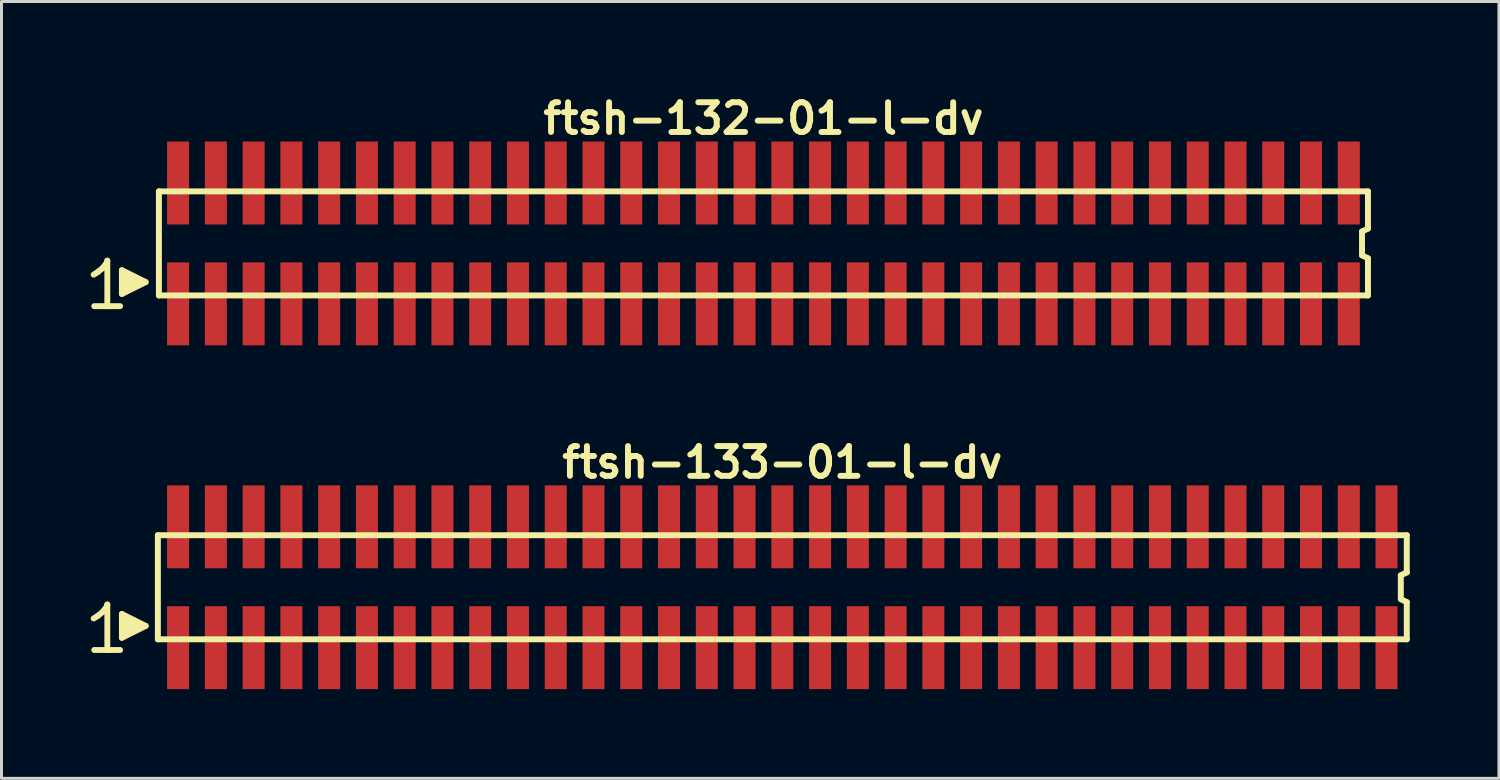
<source format=kicad_pcb>
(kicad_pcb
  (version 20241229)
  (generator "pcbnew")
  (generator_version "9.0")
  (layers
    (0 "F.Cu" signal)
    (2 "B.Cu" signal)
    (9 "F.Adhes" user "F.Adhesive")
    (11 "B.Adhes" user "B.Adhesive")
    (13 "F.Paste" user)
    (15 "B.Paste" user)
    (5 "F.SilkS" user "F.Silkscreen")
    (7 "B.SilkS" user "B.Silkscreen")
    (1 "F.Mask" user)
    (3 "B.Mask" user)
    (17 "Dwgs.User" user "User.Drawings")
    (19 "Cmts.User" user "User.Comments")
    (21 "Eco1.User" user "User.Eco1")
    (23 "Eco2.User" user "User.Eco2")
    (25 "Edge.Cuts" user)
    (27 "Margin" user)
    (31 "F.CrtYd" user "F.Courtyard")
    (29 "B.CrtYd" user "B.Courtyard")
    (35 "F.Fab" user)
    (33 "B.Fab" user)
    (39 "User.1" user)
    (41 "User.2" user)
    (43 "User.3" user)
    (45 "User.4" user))
  (footprint "ftsh-133-01-l-dv"
    (layer "F.Cu")
    (at 23.259 16.699)
    (property "Reference" "ftsh-133-01-l-dv" (at 0 -4.2 0) (layer "F.SilkS") (effects (font (size 1 1) (thickness 0.2))))
    (attr smd)
    (fp_line (start -23.16 1.05) (end -23.03 0.97) (stroke (width 0.198) (type solid)) (layer "F.SilkS"))
    (fp_line (start -23.03 0.97) (end -22.87 0.84) (stroke (width 0.198) (type solid)) (layer "F.SilkS"))
    (fp_line (start -22.87 0.84) (end -22.73 0.67) (stroke (width 0.198) (type solid)) (layer "F.SilkS"))
    (fp_line (start -22.73 0.67) (end -22.7 0.58) (stroke (width 0.198) (type solid)) (layer "F.SilkS"))
    (fp_line (start -22.7 0.58) (end -22.7 2.11) (stroke (width 0.198) (type solid)) (layer "F.SilkS"))
    (fp_line (start -22.7 2.11) (end -23.14 2.11) (stroke (width 0.198) (type solid)) (layer "F.SilkS"))
    (fp_line (start -22.27 2.11) (end -22.71 2.11) (stroke (width 0.198) (type solid)) (layer "F.SilkS"))
    (fp_line (start -22.21 0.9) (end -21.41 1.3) (stroke (width 0.198) (type solid)) (layer "F.SilkS"))
    (fp_line (start -22.21 1.7) (end -22.21 0.9) (stroke (width 0.198) (type solid)) (layer "F.SilkS"))
    (fp_line (start -22.11 1.6) (end -22.11 1) (stroke (width 0.198) (type solid)) (layer "F.SilkS"))
    (fp_line (start -22.01 1.1) (end -22.01 1.5) (stroke (width 0.198) (type solid)) (layer "F.SilkS"))
    (fp_line (start -21.91 1.5) (end -21.91 1.1) (stroke (width 0.198) (type solid)) (layer "F.SilkS"))
    (fp_line (start -21.81 1.2) (end -21.81 1.4) (stroke (width 0.198) (type solid)) (layer "F.SilkS"))
    (fp_line (start -21.71 1.4) (end -21.71 1.2) (stroke (width 0.198) (type solid)) (layer "F.SilkS"))
    (fp_line (start -21.41 1.3) (end -22.21 1.7) (stroke (width 0.198) (type solid)) (layer "F.SilkS"))
    (fp_line (start -21 -1.75) (end -21 1.75) (stroke (width 0.2) (type solid)) (layer "F.SilkS"))
    (fp_line (start -21 -1.75) (end 21 -1.75) (stroke (width 0.2) (type solid)) (layer "F.SilkS"))
    (fp_line (start -21 1.75) (end 21 1.75) (stroke (width 0.2) (type solid)) (layer "F.SilkS"))
    (fp_line (start 20.8 -0.4) (end 20.8 0.4) (stroke (width 0.2) (type solid)) (layer "F.SilkS"))
    (fp_line (start 20.8 0.4) (end 21 0.5) (stroke (width 0.2) (type solid)) (layer "F.SilkS"))
    (fp_line (start 21 -0.5) (end 20.8 -0.4) (stroke (width 0.2) (type solid)) (layer "F.SilkS"))
    (fp_line (start 21 -0.5) (end 21 -1.75) (stroke (width 0.2) (type solid)) (layer "F.SilkS"))
    (fp_line (start 21 0.5) (end 21 1.75) (stroke (width 0.2) (type solid)) (layer "F.SilkS"))
    (pad "1" smd rect (at -20.32 2.032) (size 0.74 2.79) (layers "F.Cu" "F.Mask" "F.Paste"))
    (pad "2" smd rect (at -20.32 -2.032) (size 0.74 2.79) (layers "F.Cu" "F.Mask" "F.Paste"))
    (pad "3" smd rect (at -19.05 2.032) (size 0.74 2.79) (layers "F.Cu" "F.Mask" "F.Paste"))
    (pad "4" smd rect (at -19.05 -2.032) (size 0.74 2.79) (layers "F.Cu" "F.Mask" "F.Paste"))
    (pad "5" smd rect (at -17.78 2.032) (size 0.74 2.79) (layers "F.Cu" "F.Mask" "F.Paste"))
    (pad "6" smd rect (at -17.78 -2.032) (size 0.74 2.79) (layers "F.Cu" "F.Mask" "F.Paste"))
    (pad "7" smd rect (at -16.51 2.032) (size 0.74 2.79) (layers "F.Cu" "F.Mask" "F.Paste"))
    (pad "8" smd rect (at -16.51 -2.032) (size 0.74 2.79) (layers "F.Cu" "F.Mask" "F.Paste"))
    (pad "9" smd rect (at -15.24 2.032) (size 0.74 2.79) (layers "F.Cu" "F.Mask" "F.Paste"))
    (pad "10" smd rect (at -15.24 -2.032) (size 0.74 2.79) (layers "F.Cu" "F.Mask" "F.Paste"))
    (pad "11" smd rect (at -13.97 2.032) (size 0.74 2.79) (layers "F.Cu" "F.Mask" "F.Paste"))
    (pad "12" smd rect (at -13.97 -2.032) (size 0.74 2.79) (layers "F.Cu" "F.Mask" "F.Paste"))
    (pad "13" smd rect (at -12.7 2.032) (size 0.74 2.79) (layers "F.Cu" "F.Mask" "F.Paste"))
    (pad "14" smd rect (at -12.7 -2.032) (size 0.74 2.79) (layers "F.Cu" "F.Mask" "F.Paste"))
    (pad "15" smd rect (at -11.43 2.032) (size 0.74 2.79) (layers "F.Cu" "F.Mask" "F.Paste"))
    (pad "16" smd rect (at -11.43 -2.032) (size 0.74 2.79) (layers "F.Cu" "F.Mask" "F.Paste"))
    (pad "17" smd rect (at -10.16 2.032) (size 0.74 2.79) (layers "F.Cu" "F.Mask" "F.Paste"))
    (pad "18" smd rect (at -10.16 -2.032) (size 0.74 2.79) (layers "F.Cu" "F.Mask" "F.Paste"))
    (pad "19" smd rect (at -8.89 2.032) (size 0.74 2.79) (layers "F.Cu" "F.Mask" "F.Paste"))
    (pad "20" smd rect (at -8.89 -2.032) (size 0.74 2.79) (layers "F.Cu" "F.Mask" "F.Paste"))
    (pad "21" smd rect (at -7.62 2.032) (size 0.74 2.79) (layers "F.Cu" "F.Mask" "F.Paste"))
    (pad "22" smd rect (at -7.62 -2.032) (size 0.74 2.79) (layers "F.Cu" "F.Mask" "F.Paste"))
    (pad "23" smd rect (at -6.35 2.032) (size 0.74 2.79) (layers "F.Cu" "F.Mask" "F.Paste"))
    (pad "24" smd rect (at -6.35 -2.032) (size 0.74 2.79) (layers "F.Cu" "F.Mask" "F.Paste"))
    (pad "25" smd rect (at -5.08 2.032) (size 0.74 2.79) (layers "F.Cu" "F.Mask" "F.Paste"))
    (pad "26" smd rect (at -5.08 -2.032) (size 0.74 2.79) (layers "F.Cu" "F.Mask" "F.Paste"))
    (pad "27" smd rect (at -3.81 2.032) (size 0.74 2.79) (layers "F.Cu" "F.Mask" "F.Paste"))
    (pad "28" smd rect (at -3.81 -2.032) (size 0.74 2.79) (layers "F.Cu" "F.Mask" "F.Paste"))
    (pad "29" smd rect (at -2.54 2.032) (size 0.74 2.79) (layers "F.Cu" "F.Mask" "F.Paste"))
    (pad "30" smd rect (at -2.54 -2.032) (size 0.74 2.79) (layers "F.Cu" "F.Mask" "F.Paste"))
    (pad "31" smd rect (at -1.27 2.032) (size 0.74 2.79) (layers "F.Cu" "F.Mask" "F.Paste"))
    (pad "32" smd rect (at -1.27 -2.032) (size 0.74 2.79) (layers "F.Cu" "F.Mask" "F.Paste"))
    (pad "33" smd rect (at 0 2.032) (size 0.74 2.79) (layers "F.Cu" "F.Mask" "F.Paste"))
    (pad "34" smd rect (at 0 -2.032) (size 0.74 2.79) (layers "F.Cu" "F.Mask" "F.Paste"))
    (pad "35" smd rect (at 1.27 2.032) (size 0.74 2.79) (layers "F.Cu" "F.Mask" "F.Paste"))
    (pad "36" smd rect (at 1.27 -2.032) (size 0.74 2.79) (layers "F.Cu" "F.Mask" "F.Paste"))
    (pad "37" smd rect (at 2.54 2.032) (size 0.74 2.79) (layers "F.Cu" "F.Mask" "F.Paste"))
    (pad "38" smd rect (at 2.54 -2.032) (size 0.74 2.79) (layers "F.Cu" "F.Mask" "F.Paste"))
    (pad "39" smd rect (at 3.81 2.032) (size 0.74 2.79) (layers "F.Cu" "F.Mask" "F.Paste"))
    (pad "40" smd rect (at 3.81 -2.032) (size 0.74 2.79) (layers "F.Cu" "F.Mask" "F.Paste"))
    (pad "41" smd rect (at 5.08 2.032) (size 0.74 2.79) (layers "F.Cu" "F.Mask" "F.Paste"))
    (pad "42" smd rect (at 5.08 -2.032) (size 0.74 2.79) (layers "F.Cu" "F.Mask" "F.Paste"))
    (pad "43" smd rect (at 6.35 2.032) (size 0.74 2.79) (layers "F.Cu" "F.Mask" "F.Paste"))
    (pad "44" smd rect (at 6.35 -2.032) (size 0.74 2.79) (layers "F.Cu" "F.Mask" "F.Paste"))
    (pad "45" smd rect (at 7.62 2.032) (size 0.74 2.79) (layers "F.Cu" "F.Mask" "F.Paste"))
    (pad "46" smd rect (at 7.62 -2.032) (size 0.74 2.79) (layers "F.Cu" "F.Mask" "F.Paste"))
    (pad "47" smd rect (at 8.89 2.032) (size 0.74 2.79) (layers "F.Cu" "F.Mask" "F.Paste"))
    (pad "48" smd rect (at 8.89 -2.032) (size 0.74 2.79) (layers "F.Cu" "F.Mask" "F.Paste"))
    (pad "49" smd rect (at 10.16 2.032) (size 0.74 2.79) (layers "F.Cu" "F.Mask" "F.Paste"))
    (pad "50" smd rect (at 10.16 -2.032) (size 0.74 2.79) (layers "F.Cu" "F.Mask" "F.Paste"))
    (pad "51" smd rect (at 11.43 2.032) (size 0.74 2.79) (layers "F.Cu" "F.Mask" "F.Paste"))
    (pad "52" smd rect (at 11.43 -2.032) (size 0.74 2.79) (layers "F.Cu" "F.Mask" "F.Paste"))
    (pad "53" smd rect (at 12.7 2.032) (size 0.74 2.79) (layers "F.Cu" "F.Mask" "F.Paste"))
    (pad "54" smd rect (at 12.7 -2.032) (size 0.74 2.79) (layers "F.Cu" "F.Mask" "F.Paste"))
    (pad "55" smd rect (at 13.97 2.032) (size 0.74 2.79) (layers "F.Cu" "F.Mask" "F.Paste"))
    (pad "56" smd rect (at 13.97 -2.032) (size 0.74 2.79) (layers "F.Cu" "F.Mask" "F.Paste"))
    (pad "57" smd rect (at 15.24 2.032) (size 0.74 2.79) (layers "F.Cu" "F.Mask" "F.Paste"))
    (pad "58" smd rect (at 15.24 -2.032) (size 0.74 2.79) (layers "F.Cu" "F.Mask" "F.Paste"))
    (pad "59" smd rect (at 16.51 2.032) (size 0.74 2.79) (layers "F.Cu" "F.Mask" "F.Paste"))
    (pad "60" smd rect (at 16.51 -2.032) (size 0.74 2.79) (layers "F.Cu" "F.Mask" "F.Paste"))
    (pad "61" smd rect (at 17.78 2.032) (size 0.74 2.79) (layers "F.Cu" "F.Mask" "F.Paste"))
    (pad "62" smd rect (at 17.78 -2.032) (size 0.74 2.79) (layers "F.Cu" "F.Mask" "F.Paste"))
    (pad "63" smd rect (at 19.05 2.032) (size 0.74 2.79) (layers "F.Cu" "F.Mask" "F.Paste"))
    (pad "64" smd rect (at 19.05 -2.032) (size 0.74 2.79) (layers "F.Cu" "F.Mask" "F.Paste"))
    (pad "65" smd rect (at 20.32 2.032) (size 0.74 2.79) (layers "F.Cu" "F.Mask" "F.Paste"))
    (pad "66" smd rect (at 20.32 -2.032) (size 0.74 2.79) (layers "F.Cu" "F.Mask" "F.Paste")))
  (footprint "ftsh-132-01-l-dv"
    (layer "F.Cu")
    (at 22.624 5.136)
    (property "Reference" "ftsh-132-01-l-dv" (at 0 -4.2 0) (layer "F.SilkS") (effects (font (size 1 1) (thickness 0.2))))
    (attr smd)
    (fp_line (start -22.525 1.05) (end -22.395 0.97) (stroke (width 0.198) (type solid)) (layer "F.SilkS"))
    (fp_line (start -22.395 0.97) (end -22.235 0.84) (stroke (width 0.198) (type solid)) (layer "F.SilkS"))
    (fp_line (start -22.235 0.84) (end -22.095 0.67) (stroke (width 0.198) (type solid)) (layer "F.SilkS"))
    (fp_line (start -22.095 0.67) (end -22.065 0.58) (stroke (width 0.198) (type solid)) (layer "F.SilkS"))
    (fp_line (start -22.065 0.58) (end -22.065 2.11) (stroke (width 0.198) (type solid)) (layer "F.SilkS"))
    (fp_line (start -22.065 2.11) (end -22.505 2.11) (stroke (width 0.198) (type solid)) (layer "F.SilkS"))
    (fp_line (start -21.635 2.11) (end -22.075 2.11) (stroke (width 0.198) (type solid)) (layer "F.SilkS"))
    (fp_line (start -21.575 0.9) (end -20.775 1.3) (stroke (width 0.198) (type solid)) (layer "F.SilkS"))
    (fp_line (start -21.575 1.7) (end -21.575 0.9) (stroke (width 0.198) (type solid)) (layer "F.SilkS"))
    (fp_line (start -21.475 1.6) (end -21.475 1) (stroke (width 0.198) (type solid)) (layer "F.SilkS"))
    (fp_line (start -21.375 1.1) (end -21.375 1.5) (stroke (width 0.198) (type solid)) (layer "F.SilkS"))
    (fp_line (start -21.275 1.5) (end -21.275 1.1) (stroke (width 0.198) (type solid)) (layer "F.SilkS"))
    (fp_line (start -21.175 1.2) (end -21.175 1.4) (stroke (width 0.198) (type solid)) (layer "F.SilkS"))
    (fp_line (start -21.075 1.4) (end -21.075 1.2) (stroke (width 0.198) (type solid)) (layer "F.SilkS"))
    (fp_line (start -20.775 1.3) (end -21.575 1.7) (stroke (width 0.198) (type solid)) (layer "F.SilkS"))
    (fp_line (start -20.33 -1.75) (end -20.33 1.75) (stroke (width 0.2) (type solid)) (layer "F.SilkS"))
    (fp_line (start -20.33 -1.75) (end 20.33 -1.75) (stroke (width 0.2) (type solid)) (layer "F.SilkS"))
    (fp_line (start -20.33 1.75) (end 20.33 1.75) (stroke (width 0.2) (type solid)) (layer "F.SilkS"))
    (fp_line (start 20.13 -0.4) (end 20.13 0.4) (stroke (width 0.2) (type solid)) (layer "F.SilkS"))
    (fp_line (start 20.13 0.4) (end 20.33 0.5) (stroke (width 0.2) (type solid)) (layer "F.SilkS"))
    (fp_line (start 20.33 -0.5) (end 20.13 -0.4) (stroke (width 0.2) (type solid)) (layer "F.SilkS"))
    (fp_line (start 20.33 -0.5) (end 20.33 -1.75) (stroke (width 0.2) (type solid)) (layer "F.SilkS"))
    (fp_line (start 20.33 0.5) (end 20.33 1.75) (stroke (width 0.2) (type solid)) (layer "F.SilkS"))
    (pad "1" smd rect (at -19.685 2.032) (size 0.74 2.79) (layers "F.Cu" "F.Mask" "F.Paste"))
    (pad "2" smd rect (at -19.685 -2.032) (size 0.74 2.79) (layers "F.Cu" "F.Mask" "F.Paste"))
    (pad "3" smd rect (at -18.415 2.032) (size 0.74 2.79) (layers "F.Cu" "F.Mask" "F.Paste"))
    (pad "4" smd rect (at -18.415 -2.032) (size 0.74 2.79) (layers "F.Cu" "F.Mask" "F.Paste"))
    (pad "5" smd rect (at -17.145 2.032) (size 0.74 2.79) (layers "F.Cu" "F.Mask" "F.Paste"))
    (pad "6" smd rect (at -17.145 -2.032) (size 0.74 2.79) (layers "F.Cu" "F.Mask" "F.Paste"))
    (pad "7" smd rect (at -15.875 2.032) (size 0.74 2.79) (layers "F.Cu" "F.Mask" "F.Paste"))
    (pad "8" smd rect (at -15.875 -2.032) (size 0.74 2.79) (layers "F.Cu" "F.Mask" "F.Paste"))
    (pad "9" smd rect (at -14.605 2.032) (size 0.74 2.79) (layers "F.Cu" "F.Mask" "F.Paste"))
    (pad "10" smd rect (at -14.605 -2.032) (size 0.74 2.79) (layers "F.Cu" "F.Mask" "F.Paste"))
    (pad "11" smd rect (at -13.335 2.032) (size 0.74 2.79) (layers "F.Cu" "F.Mask" "F.Paste"))
    (pad "12" smd rect (at -13.335 -2.032) (size 0.74 2.79) (layers "F.Cu" "F.Mask" "F.Paste"))
    (pad "13" smd rect (at -12.065 2.032) (size 0.74 2.79) (layers "F.Cu" "F.Mask" "F.Paste"))
    (pad "14" smd rect (at -12.065 -2.032) (size 0.74 2.79) (layers "F.Cu" "F.Mask" "F.Paste"))
    (pad "15" smd rect (at -10.795 2.032) (size 0.74 2.79) (layers "F.Cu" "F.Mask" "F.Paste"))
    (pad "16" smd rect (at -10.795 -2.032) (size 0.74 2.79) (layers "F.Cu" "F.Mask" "F.Paste"))
    (pad "17" smd rect (at -9.525 2.032) (size 0.74 2.79) (layers "F.Cu" "F.Mask" "F.Paste"))
    (pad "18" smd rect (at -9.525 -2.032) (size 0.74 2.79) (layers "F.Cu" "F.Mask" "F.Paste"))
    (pad "19" smd rect (at -8.255 2.032) (size 0.74 2.79) (layers "F.Cu" "F.Mask" "F.Paste"))
    (pad "20" smd rect (at -8.255 -2.032) (size 0.74 2.79) (layers "F.Cu" "F.Mask" "F.Paste"))
    (pad "21" smd rect (at -6.985 2.032) (size 0.74 2.79) (layers "F.Cu" "F.Mask" "F.Paste"))
    (pad "22" smd rect (at -6.985 -2.032) (size 0.74 2.79) (layers "F.Cu" "F.Mask" "F.Paste"))
    (pad "23" smd rect (at -5.715 2.032) (size 0.74 2.79) (layers "F.Cu" "F.Mask" "F.Paste"))
    (pad "24" smd rect (at -5.715 -2.032) (size 0.74 2.79) (layers "F.Cu" "F.Mask" "F.Paste"))
    (pad "25" smd rect (at -4.445 2.032) (size 0.74 2.79) (layers "F.Cu" "F.Mask" "F.Paste"))
    (pad "26" smd rect (at -4.445 -2.032) (size 0.74 2.79) (layers "F.Cu" "F.Mask" "F.Paste"))
    (pad "27" smd rect (at -3.175 2.032) (size 0.74 2.79) (layers "F.Cu" "F.Mask" "F.Paste"))
    (pad "28" smd rect (at -3.175 -2.032) (size 0.74 2.79) (layers "F.Cu" "F.Mask" "F.Paste"))
    (pad "29" smd rect (at -1.905 2.032) (size 0.74 2.79) (layers "F.Cu" "F.Mask" "F.Paste"))
    (pad "30" smd rect (at -1.905 -2.032) (size 0.74 2.79) (layers "F.Cu" "F.Mask" "F.Paste"))
    (pad "31" smd rect (at -0.635 2.032) (size 0.74 2.79) (layers "F.Cu" "F.Mask" "F.Paste"))
    (pad "32" smd rect (at -0.635 -2.032) (size 0.74 2.79) (layers "F.Cu" "F.Mask" "F.Paste"))
    (pad "33" smd rect (at 0.635 2.032) (size 0.74 2.79) (layers "F.Cu" "F.Mask" "F.Paste"))
    (pad "34" smd rect (at 0.635 -2.032) (size 0.74 2.79) (layers "F.Cu" "F.Mask" "F.Paste"))
    (pad "35" smd rect (at 1.905 2.032) (size 0.74 2.79) (layers "F.Cu" "F.Mask" "F.Paste"))
    (pad "36" smd rect (at 1.905 -2.032) (size 0.74 2.79) (layers "F.Cu" "F.Mask" "F.Paste"))
    (pad "37" smd rect (at 3.175 2.032) (size 0.74 2.79) (layers "F.Cu" "F.Mask" "F.Paste"))
    (pad "38" smd rect (at 3.175 -2.032) (size 0.74 2.79) (layers "F.Cu" "F.Mask" "F.Paste"))
    (pad "39" smd rect (at 4.445 2.032) (size 0.74 2.79) (layers "F.Cu" "F.Mask" "F.Paste"))
    (pad "40" smd rect (at 4.445 -2.032) (size 0.74 2.79) (layers "F.Cu" "F.Mask" "F.Paste"))
    (pad "41" smd rect (at 5.715 2.032) (size 0.74 2.79) (layers "F.Cu" "F.Mask" "F.Paste"))
    (pad "42" smd rect (at 5.715 -2.032) (size 0.74 2.79) (layers "F.Cu" "F.Mask" "F.Paste"))
    (pad "43" smd rect (at 6.985 2.032) (size 0.74 2.79) (layers "F.Cu" "F.Mask" "F.Paste"))
    (pad "44" smd rect (at 6.985 -2.032) (size 0.74 2.79) (layers "F.Cu" "F.Mask" "F.Paste"))
    (pad "45" smd rect (at 8.255 2.032) (size 0.74 2.79) (layers "F.Cu" "F.Mask" "F.Paste"))
    (pad "46" smd rect (at 8.255 -2.032) (size 0.74 2.79) (layers "F.Cu" "F.Mask" "F.Paste"))
    (pad "47" smd rect (at 9.525 2.032) (size 0.74 2.79) (layers "F.Cu" "F.Mask" "F.Paste"))
    (pad "48" smd rect (at 9.525 -2.032) (size 0.74 2.79) (layers "F.Cu" "F.Mask" "F.Paste"))
    (pad "49" smd rect (at 10.795 2.032) (size 0.74 2.79) (layers "F.Cu" "F.Mask" "F.Paste"))
    (pad "50" smd rect (at 10.795 -2.032) (size 0.74 2.79) (layers "F.Cu" "F.Mask" "F.Paste"))
    (pad "51" smd rect (at 12.065 2.032) (size 0.74 2.79) (layers "F.Cu" "F.Mask" "F.Paste"))
    (pad "52" smd rect (at 12.065 -2.032) (size 0.74 2.79) (layers "F.Cu" "F.Mask" "F.Paste"))
    (pad "53" smd rect (at 13.335 2.032) (size 0.74 2.79) (layers "F.Cu" "F.Mask" "F.Paste"))
    (pad "54" smd rect (at 13.335 -2.032) (size 0.74 2.79) (layers "F.Cu" "F.Mask" "F.Paste"))
    (pad "55" smd rect (at 14.605 2.032) (size 0.74 2.79) (layers "F.Cu" "F.Mask" "F.Paste"))
    (pad "56" smd rect (at 14.605 -2.032) (size 0.74 2.79) (layers "F.Cu" "F.Mask" "F.Paste"))
    (pad "57" smd rect (at 15.875 2.032) (size 0.74 2.79) (layers "F.Cu" "F.Mask" "F.Paste"))
    (pad "58" smd rect (at 15.875 -2.032) (size 0.74 2.79) (layers "F.Cu" "F.Mask" "F.Paste"))
    (pad "59" smd rect (at 17.145 2.032) (size 0.74 2.79) (layers "F.Cu" "F.Mask" "F.Paste"))
    (pad "60" smd rect (at 17.145 -2.032) (size 0.74 2.79) (layers "F.Cu" "F.Mask" "F.Paste"))
    (pad "61" smd rect (at 18.415 2.032) (size 0.74 2.79) (layers "F.Cu" "F.Mask" "F.Paste"))
    (pad "62" smd rect (at 18.415 -2.032) (size 0.74 2.79) (layers "F.Cu" "F.Mask" "F.Paste"))
    (pad "63" smd rect (at 19.685 2.032) (size 0.74 2.79) (layers "F.Cu" "F.Mask" "F.Paste"))
    (pad "64" smd rect (at 19.685 -2.032) (size 0.74 2.79) (layers "F.Cu" "F.Mask" "F.Paste")))
  (gr_rect
    (start -3 -3)
    (end 47.359 23.126)
    (stroke (width 0.1) (type default))
    (fill no)
    (layer "Edge.Cuts")))
</source>
